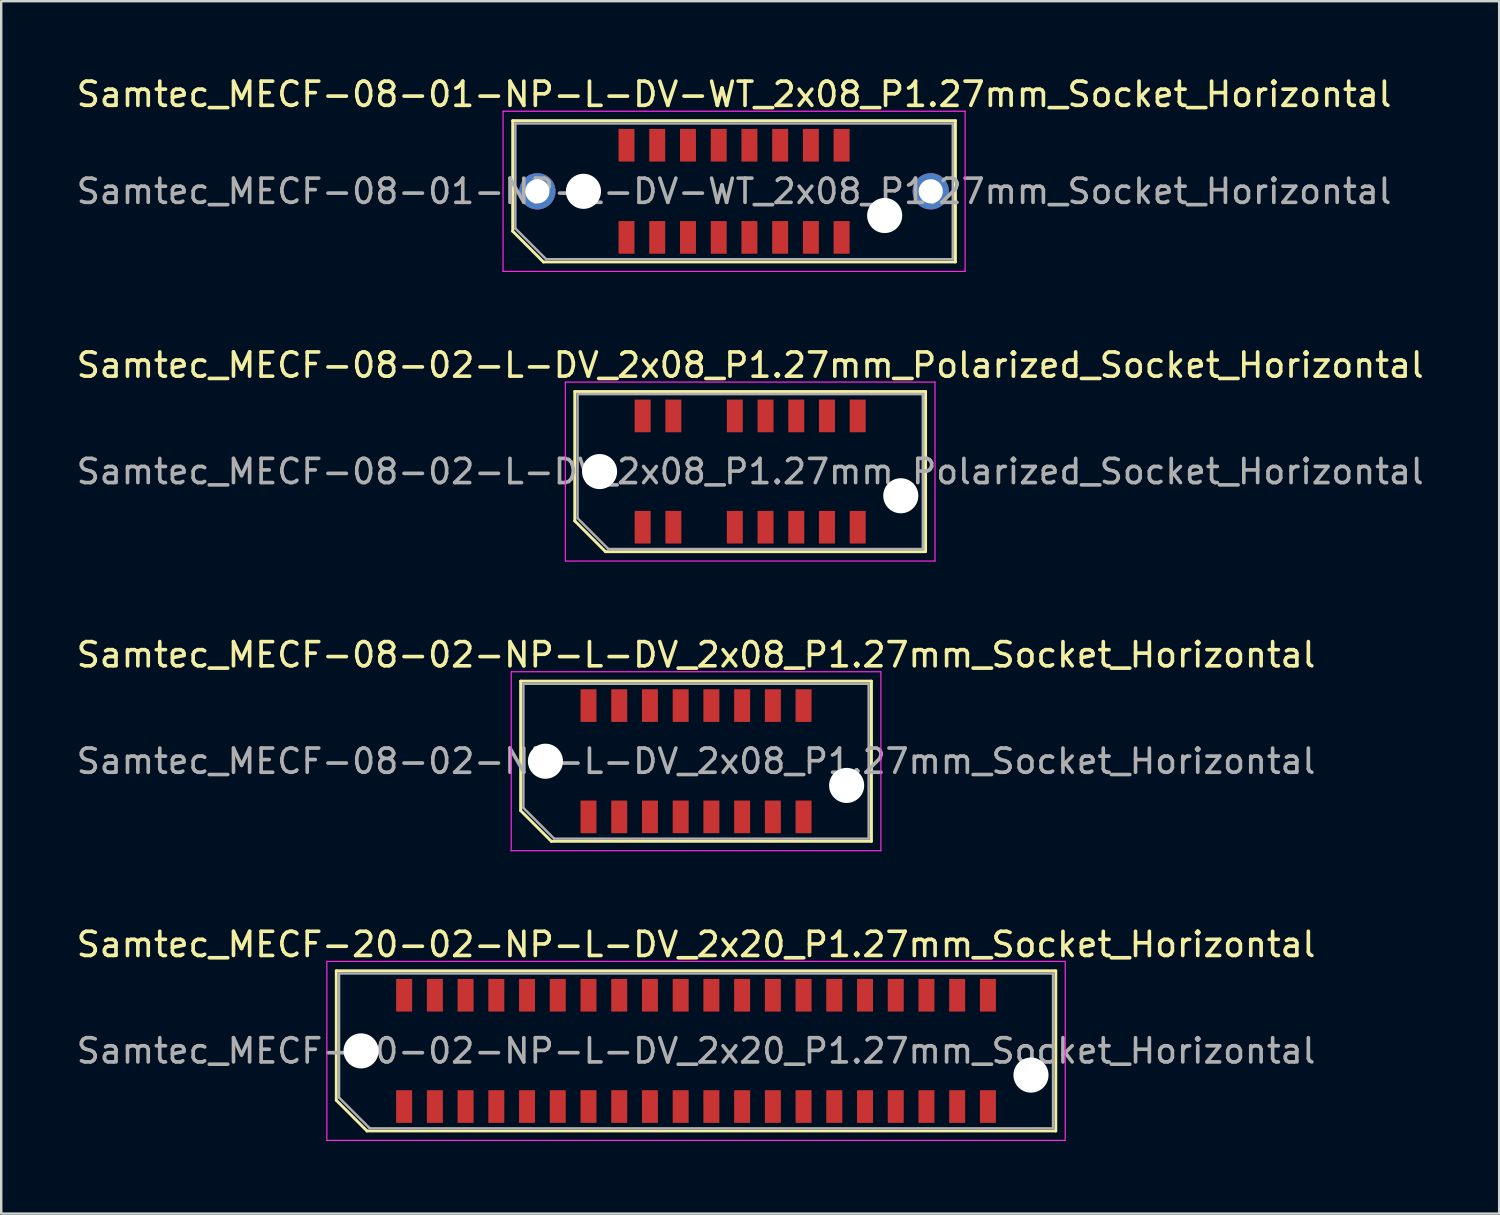
<source format=kicad_pcb>
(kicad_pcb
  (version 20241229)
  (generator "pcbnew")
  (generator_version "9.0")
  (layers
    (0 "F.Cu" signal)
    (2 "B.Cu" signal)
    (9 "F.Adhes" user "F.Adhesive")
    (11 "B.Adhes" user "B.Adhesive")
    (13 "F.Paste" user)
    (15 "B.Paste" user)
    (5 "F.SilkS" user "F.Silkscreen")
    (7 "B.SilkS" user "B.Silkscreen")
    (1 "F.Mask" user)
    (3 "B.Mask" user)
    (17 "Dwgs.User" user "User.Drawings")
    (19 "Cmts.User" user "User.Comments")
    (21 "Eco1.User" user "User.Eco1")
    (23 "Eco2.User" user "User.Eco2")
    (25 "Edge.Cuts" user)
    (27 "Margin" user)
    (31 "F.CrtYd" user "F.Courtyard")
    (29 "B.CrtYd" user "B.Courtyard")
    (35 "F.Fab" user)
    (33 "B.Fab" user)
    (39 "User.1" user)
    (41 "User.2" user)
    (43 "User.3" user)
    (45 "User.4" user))
  (footprint "Samtec_MECF-08-02-NP-L-DV_2x08_P1.27mm_Socket_Horizontal"
    (layer "F.Cu")
    (at 25.72 28.415)
    (property "Reference" "Samtec_MECF-08-02-NP-L-DV_2x08_P1.27mm_Socket_Horizontal" (at 0 -4.4 0) (layer "F.SilkS") (effects (font (size 1 1) (thickness 0.15))))
    (attr smd)
    (fp_line (start -7.25 -3.31) (end 7.25 -3.31) (stroke (width 0.12) (type solid)) (layer "F.SilkS"))
    (fp_line (start -7.25 2.04) (end -7.25 -3.31) (stroke (width 0.12) (type solid)) (layer "F.SilkS"))
    (fp_line (start -5.98 3.31) (end -7.25 2.04) (stroke (width 0.12) (type solid)) (layer "F.SilkS"))
    (fp_line (start -5.98 3.31) (end 7.25 3.31) (stroke (width 0.12) (type solid)) (layer "F.SilkS"))
    (fp_line (start 7.25 3.31) (end 7.25 -3.31) (stroke (width 0.12) (type solid)) (layer "F.SilkS"))
    (fp_line (start -7.64 -3.7) (end -7.64 3.7) (stroke (width 0.05) (type solid)) (layer "F.CrtYd"))
    (fp_line (start -7.64 3.7) (end 7.64 3.7) (stroke (width 0.05) (type solid)) (layer "F.CrtYd"))
    (fp_line (start 7.64 -3.7) (end -7.64 -3.7) (stroke (width 0.05) (type solid)) (layer "F.CrtYd"))
    (fp_line (start 7.64 3.7) (end 7.64 -3.7) (stroke (width 0.05) (type solid)) (layer "F.CrtYd"))
    (fp_line (start -7.135 -3.2) (end 7.135 -3.2) (stroke (width 0.1) (type solid)) (layer "F.Fab"))
    (fp_line (start -7.135 1.93) (end -7.135 -3.2) (stroke (width 0.1) (type solid)) (layer "F.Fab"))
    (fp_line (start -7.135 1.93) (end -5.865 3.2) (stroke (width 0.1) (type solid)) (layer "F.Fab"))
    (fp_line (start -5.865 3.2) (end 7.135 3.2) (stroke (width 0.1) (type solid)) (layer "F.Fab"))
    (fp_line (start 7.135 3.2) (end 7.135 -3.2) (stroke (width 0.1) (type solid)) (layer "F.Fab"))
    (fp_text user "${REFERENCE}" (at 0 0 0) (layer "F.Fab") (effects (font (size 1 1) (thickness 0.15))))
    (pad "" np_thru_hole circle (at -6.225 0) (size 1.45 1.45) (drill 1.45) (layers "*.Cu" "*.Mask"))
    (pad "" np_thru_hole circle (at 6.225 1) (size 1.45 1.45) (drill 1.45) (layers "*.Cu" "*.Mask"))
    (pad "1" smd rect (at -4.445 2.3) (size 0.66 1.35) (layers "F.Cu" "F.Mask" "F.Paste"))
    (pad "2" smd rect (at -4.445 -2.3) (size 0.66 1.35) (layers "F.Cu" "F.Mask" "F.Paste"))
    (pad "3" smd rect (at -3.175 2.3) (size 0.66 1.35) (layers "F.Cu" "F.Mask" "F.Paste"))
    (pad "4" smd rect (at -3.175 -2.3) (size 0.66 1.35) (layers "F.Cu" "F.Mask" "F.Paste"))
    (pad "5" smd rect (at -1.905 2.3) (size 0.66 1.35) (layers "F.Cu" "F.Mask" "F.Paste"))
    (pad "6" smd rect (at -1.905 -2.3) (size 0.66 1.35) (layers "F.Cu" "F.Mask" "F.Paste"))
    (pad "7" smd rect (at -0.635 2.3) (size 0.66 1.35) (layers "F.Cu" "F.Mask" "F.Paste"))
    (pad "8" smd rect (at -0.635 -2.3) (size 0.66 1.35) (layers "F.Cu" "F.Mask" "F.Paste"))
    (pad "9" smd rect (at 0.635 2.3) (size 0.66 1.35) (layers "F.Cu" "F.Mask" "F.Paste"))
    (pad "10" smd rect (at 0.635 -2.3) (size 0.66 1.35) (layers "F.Cu" "F.Mask" "F.Paste"))
    (pad "11" smd rect (at 1.905 2.3) (size 0.66 1.35) (layers "F.Cu" "F.Mask" "F.Paste"))
    (pad "12" smd rect (at 1.905 -2.3) (size 0.66 1.35) (layers "F.Cu" "F.Mask" "F.Paste"))
    (pad "13" smd rect (at 3.175 2.3) (size 0.66 1.35) (layers "F.Cu" "F.Mask" "F.Paste"))
    (pad "14" smd rect (at 3.175 -2.3) (size 0.66 1.35) (layers "F.Cu" "F.Mask" "F.Paste"))
    (pad "15" smd rect (at 4.445 2.3) (size 0.66 1.35) (layers "F.Cu" "F.Mask" "F.Paste"))
    (pad "16" smd rect (at 4.445 -2.3) (size 0.66 1.35) (layers "F.Cu" "F.Mask" "F.Paste")))
  (footprint "Samtec_MECF-20-02-NP-L-DV_2x20_P1.27mm_Socket_Horizontal"
    (layer "F.Cu")
    (at 25.72 40.388)
    (property "Reference" "Samtec_MECF-20-02-NP-L-DV_2x20_P1.27mm_Socket_Horizontal" (at 0 -4.4 0) (layer "F.SilkS") (effects (font (size 1 1) (thickness 0.15))))
    (attr smd)
    (fp_line (start -14.87 -3.31) (end 14.87 -3.31) (stroke (width 0.12) (type solid)) (layer "F.SilkS"))
    (fp_line (start -14.87 2.04) (end -14.87 -3.31) (stroke (width 0.12) (type solid)) (layer "F.SilkS"))
    (fp_line (start -13.6 3.31) (end -14.87 2.04) (stroke (width 0.12) (type solid)) (layer "F.SilkS"))
    (fp_line (start -13.6 3.31) (end 14.87 3.31) (stroke (width 0.12) (type solid)) (layer "F.SilkS"))
    (fp_line (start 14.87 3.31) (end 14.87 -3.31) (stroke (width 0.12) (type solid)) (layer "F.SilkS"))
    (fp_line (start -15.26 -3.7) (end -15.26 3.7) (stroke (width 0.05) (type solid)) (layer "F.CrtYd"))
    (fp_line (start -15.26 3.7) (end 15.26 3.7) (stroke (width 0.05) (type solid)) (layer "F.CrtYd"))
    (fp_line (start 15.26 -3.7) (end -15.26 -3.7) (stroke (width 0.05) (type solid)) (layer "F.CrtYd"))
    (fp_line (start 15.26 3.7) (end 15.26 -3.7) (stroke (width 0.05) (type solid)) (layer "F.CrtYd"))
    (fp_line (start -14.755 -3.2) (end 14.755 -3.2) (stroke (width 0.1) (type solid)) (layer "F.Fab"))
    (fp_line (start -14.755 1.93) (end -14.755 -3.2) (stroke (width 0.1) (type solid)) (layer "F.Fab"))
    (fp_line (start -14.755 1.93) (end -13.485 3.2) (stroke (width 0.1) (type solid)) (layer "F.Fab"))
    (fp_line (start -13.485 3.2) (end 14.755 3.2) (stroke (width 0.1) (type solid)) (layer "F.Fab"))
    (fp_line (start 14.755 3.2) (end 14.755 -3.2) (stroke (width 0.1) (type solid)) (layer "F.Fab"))
    (fp_text user "${REFERENCE}" (at 0 0 0) (layer "F.Fab") (effects (font (size 1 1) (thickness 0.15))))
    (pad "" np_thru_hole circle (at -13.845 0) (size 1.45 1.45) (drill 1.45) (layers "*.Cu" "*.Mask"))
    (pad "" np_thru_hole circle (at 13.845 1) (size 1.45 1.45) (drill 1.45) (layers "*.Cu" "*.Mask"))
    (pad "1" smd rect (at -12.065 2.3) (size 0.66 1.35) (layers "F.Cu" "F.Mask" "F.Paste"))
    (pad "2" smd rect (at -12.065 -2.3) (size 0.66 1.35) (layers "F.Cu" "F.Mask" "F.Paste"))
    (pad "3" smd rect (at -10.795 2.3) (size 0.66 1.35) (layers "F.Cu" "F.Mask" "F.Paste"))
    (pad "4" smd rect (at -10.795 -2.3) (size 0.66 1.35) (layers "F.Cu" "F.Mask" "F.Paste"))
    (pad "5" smd rect (at -9.525 2.3) (size 0.66 1.35) (layers "F.Cu" "F.Mask" "F.Paste"))
    (pad "6" smd rect (at -9.525 -2.3) (size 0.66 1.35) (layers "F.Cu" "F.Mask" "F.Paste"))
    (pad "7" smd rect (at -8.255 2.3) (size 0.66 1.35) (layers "F.Cu" "F.Mask" "F.Paste"))
    (pad "8" smd rect (at -8.255 -2.3) (size 0.66 1.35) (layers "F.Cu" "F.Mask" "F.Paste"))
    (pad "9" smd rect (at -6.985 2.3) (size 0.66 1.35) (layers "F.Cu" "F.Mask" "F.Paste"))
    (pad "10" smd rect (at -6.985 -2.3) (size 0.66 1.35) (layers "F.Cu" "F.Mask" "F.Paste"))
    (pad "11" smd rect (at -5.715 2.3) (size 0.66 1.35) (layers "F.Cu" "F.Mask" "F.Paste"))
    (pad "12" smd rect (at -5.715 -2.3) (size 0.66 1.35) (layers "F.Cu" "F.Mask" "F.Paste"))
    (pad "13" smd rect (at -4.445 2.3) (size 0.66 1.35) (layers "F.Cu" "F.Mask" "F.Paste"))
    (pad "14" smd rect (at -4.445 -2.3) (size 0.66 1.35) (layers "F.Cu" "F.Mask" "F.Paste"))
    (pad "15" smd rect (at -3.175 2.3) (size 0.66 1.35) (layers "F.Cu" "F.Mask" "F.Paste"))
    (pad "16" smd rect (at -3.175 -2.3) (size 0.66 1.35) (layers "F.Cu" "F.Mask" "F.Paste"))
    (pad "17" smd rect (at -1.905 2.3) (size 0.66 1.35) (layers "F.Cu" "F.Mask" "F.Paste"))
    (pad "18" smd rect (at -1.905 -2.3) (size 0.66 1.35) (layers "F.Cu" "F.Mask" "F.Paste"))
    (pad "19" smd rect (at -0.635 2.3) (size 0.66 1.35) (layers "F.Cu" "F.Mask" "F.Paste"))
    (pad "20" smd rect (at -0.635 -2.3) (size 0.66 1.35) (layers "F.Cu" "F.Mask" "F.Paste"))
    (pad "21" smd rect (at 0.635 2.3) (size 0.66 1.35) (layers "F.Cu" "F.Mask" "F.Paste"))
    (pad "22" smd rect (at 0.635 -2.3) (size 0.66 1.35) (layers "F.Cu" "F.Mask" "F.Paste"))
    (pad "23" smd rect (at 1.905 2.3) (size 0.66 1.35) (layers "F.Cu" "F.Mask" "F.Paste"))
    (pad "24" smd rect (at 1.905 -2.3) (size 0.66 1.35) (layers "F.Cu" "F.Mask" "F.Paste"))
    (pad "25" smd rect (at 3.175 2.3) (size 0.66 1.35) (layers "F.Cu" "F.Mask" "F.Paste"))
    (pad "26" smd rect (at 3.175 -2.3) (size 0.66 1.35) (layers "F.Cu" "F.Mask" "F.Paste"))
    (pad "27" smd rect (at 4.445 2.3) (size 0.66 1.35) (layers "F.Cu" "F.Mask" "F.Paste"))
    (pad "28" smd rect (at 4.445 -2.3) (size 0.66 1.35) (layers "F.Cu" "F.Mask" "F.Paste"))
    (pad "29" smd rect (at 5.715 2.3) (size 0.66 1.35) (layers "F.Cu" "F.Mask" "F.Paste"))
    (pad "30" smd rect (at 5.715 -2.3) (size 0.66 1.35) (layers "F.Cu" "F.Mask" "F.Paste"))
    (pad "31" smd rect (at 6.985 2.3) (size 0.66 1.35) (layers "F.Cu" "F.Mask" "F.Paste"))
    (pad "32" smd rect (at 6.985 -2.3) (size 0.66 1.35) (layers "F.Cu" "F.Mask" "F.Paste"))
    (pad "33" smd rect (at 8.255 2.3) (size 0.66 1.35) (layers "F.Cu" "F.Mask" "F.Paste"))
    (pad "34" smd rect (at 8.255 -2.3) (size 0.66 1.35) (layers "F.Cu" "F.Mask" "F.Paste"))
    (pad "35" smd rect (at 9.525 2.3) (size 0.66 1.35) (layers "F.Cu" "F.Mask" "F.Paste"))
    (pad "36" smd rect (at 9.525 -2.3) (size 0.66 1.35) (layers "F.Cu" "F.Mask" "F.Paste"))
    (pad "37" smd rect (at 10.795 2.3) (size 0.66 1.35) (layers "F.Cu" "F.Mask" "F.Paste"))
    (pad "38" smd rect (at 10.795 -2.3) (size 0.66 1.35) (layers "F.Cu" "F.Mask" "F.Paste"))
    (pad "39" smd rect (at 12.065 2.3) (size 0.66 1.35) (layers "F.Cu" "F.Mask" "F.Paste"))
    (pad "40" smd rect (at 12.065 -2.3) (size 0.66 1.35) (layers "F.Cu" "F.Mask" "F.Paste")))
  (footprint "Samtec_MECF-08-02-L-DV_2x08_P1.27mm_Polarized_Socket_Horizontal"
    (layer "F.Cu")
    (at 27.958 16.442)
    (property "Reference" "Samtec_MECF-08-02-L-DV_2x08_P1.27mm_Polarized_Socket_Horizontal" (at 0 -4.4 0) (layer "F.SilkS") (effects (font (size 1 1) (thickness 0.15))))
    (attr smd)
    (fp_line (start -7.25 -3.31) (end 7.25 -3.31) (stroke (width 0.12) (type solid)) (layer "F.SilkS"))
    (fp_line (start -7.25 2.04) (end -7.25 -3.31) (stroke (width 0.12) (type solid)) (layer "F.SilkS"))
    (fp_line (start -5.98 3.31) (end -7.25 2.04) (stroke (width 0.12) (type solid)) (layer "F.SilkS"))
    (fp_line (start -5.98 3.31) (end 7.25 3.31) (stroke (width 0.12) (type solid)) (layer "F.SilkS"))
    (fp_line (start 7.25 3.31) (end 7.25 -3.31) (stroke (width 0.12) (type solid)) (layer "F.SilkS"))
    (fp_line (start -7.64 -3.7) (end -7.64 3.7) (stroke (width 0.05) (type solid)) (layer "F.CrtYd"))
    (fp_line (start -7.64 3.7) (end 7.64 3.7) (stroke (width 0.05) (type solid)) (layer "F.CrtYd"))
    (fp_line (start 7.64 -3.7) (end -7.64 -3.7) (stroke (width 0.05) (type solid)) (layer "F.CrtYd"))
    (fp_line (start 7.64 3.7) (end 7.64 -3.7) (stroke (width 0.05) (type solid)) (layer "F.CrtYd"))
    (fp_line (start -7.135 -3.2) (end 7.135 -3.2) (stroke (width 0.1) (type solid)) (layer "F.Fab"))
    (fp_line (start -7.135 1.93) (end -7.135 -3.2) (stroke (width 0.1) (type solid)) (layer "F.Fab"))
    (fp_line (start -7.135 1.93) (end -5.865 3.2) (stroke (width 0.1) (type solid)) (layer "F.Fab"))
    (fp_line (start -5.865 3.2) (end 7.135 3.2) (stroke (width 0.1) (type solid)) (layer "F.Fab"))
    (fp_line (start 7.135 3.2) (end 7.135 -3.2) (stroke (width 0.1) (type solid)) (layer "F.Fab"))
    (fp_text user "${REFERENCE}" (at 0 0 0) (layer "F.Fab") (effects (font (size 1 1) (thickness 0.15))))
    (pad "" np_thru_hole circle (at -6.225 0) (size 1.45 1.45) (drill 1.45) (layers "*.Cu" "*.Mask"))
    (pad "" np_thru_hole circle (at 6.225 1) (size 1.45 1.45) (drill 1.45) (layers "*.Cu" "*.Mask"))
    (pad "1" smd rect (at -4.445 2.3) (size 0.66 1.35) (layers "F.Cu" "F.Mask" "F.Paste"))
    (pad "2" smd rect (at -4.445 -2.3) (size 0.66 1.35) (layers "F.Cu" "F.Mask" "F.Paste"))
    (pad "3" smd rect (at -3.175 2.3) (size 0.66 1.35) (layers "F.Cu" "F.Mask" "F.Paste"))
    (pad "4" smd rect (at -3.175 -2.3) (size 0.66 1.35) (layers "F.Cu" "F.Mask" "F.Paste"))
    (pad "7" smd rect (at -0.635 2.3) (size 0.66 1.35) (layers "F.Cu" "F.Mask" "F.Paste"))
    (pad "8" smd rect (at -0.635 -2.3) (size 0.66 1.35) (layers "F.Cu" "F.Mask" "F.Paste"))
    (pad "9" smd rect (at 0.635 2.3) (size 0.66 1.35) (layers "F.Cu" "F.Mask" "F.Paste"))
    (pad "10" smd rect (at 0.635 -2.3) (size 0.66 1.35) (layers "F.Cu" "F.Mask" "F.Paste"))
    (pad "11" smd rect (at 1.905 2.3) (size 0.66 1.35) (layers "F.Cu" "F.Mask" "F.Paste"))
    (pad "12" smd rect (at 1.905 -2.3) (size 0.66 1.35) (layers "F.Cu" "F.Mask" "F.Paste"))
    (pad "13" smd rect (at 3.175 2.3) (size 0.66 1.35) (layers "F.Cu" "F.Mask" "F.Paste"))
    (pad "14" smd rect (at 3.175 -2.3) (size 0.66 1.35) (layers "F.Cu" "F.Mask" "F.Paste"))
    (pad "15" smd rect (at 4.445 2.3) (size 0.66 1.35) (layers "F.Cu" "F.Mask" "F.Paste"))
    (pad "16" smd rect (at 4.445 -2.3) (size 0.66 1.35) (layers "F.Cu" "F.Mask" "F.Paste")))
  (footprint "Samtec_MECF-08-01-NP-L-DV-WT_2x08_P1.27mm_Socket_Horizontal"
    (layer "F.Cu")
    (at 27.292 4.858)
    (property "Reference" "Samtec_MECF-08-01-NP-L-DV-WT_2x08_P1.27mm_Socket_Horizontal" (at 0 -4.01 0) (layer "F.SilkS") (effects (font (size 1 1) (thickness 0.15))))
    (attr smd)
    (fp_line (start -9.15 -2.92) (end 9.15 -2.92) (stroke (width 0.12) (type solid)) (layer "F.SilkS"))
    (fp_line (start -9.15 1.65) (end -9.15 -2.92) (stroke (width 0.12) (type solid)) (layer "F.SilkS"))
    (fp_line (start -7.88 2.92) (end -9.15 1.65) (stroke (width 0.12) (type solid)) (layer "F.SilkS"))
    (fp_line (start -7.88 2.92) (end 9.15 2.92) (stroke (width 0.12) (type solid)) (layer "F.SilkS"))
    (fp_line (start 9.15 2.92) (end 9.15 -2.92) (stroke (width 0.12) (type solid)) (layer "F.SilkS"))
    (fp_line (start -9.55 -3.31) (end -9.55 3.31) (stroke (width 0.05) (type solid)) (layer "F.CrtYd"))
    (fp_line (start -9.55 3.31) (end 9.55 3.31) (stroke (width 0.05) (type solid)) (layer "F.CrtYd"))
    (fp_line (start 9.55 -3.31) (end -9.55 -3.31) (stroke (width 0.05) (type solid)) (layer "F.CrtYd"))
    (fp_line (start 9.55 3.31) (end 9.55 -3.31) (stroke (width 0.05) (type solid)) (layer "F.CrtYd"))
    (fp_line (start -9.04 -2.805) (end 9.04 -2.805) (stroke (width 0.1) (type solid)) (layer "F.Fab"))
    (fp_line (start -9.04 1.535) (end -9.04 -2.805) (stroke (width 0.1) (type solid)) (layer "F.Fab"))
    (fp_line (start -9.04 1.535) (end -7.77 2.805) (stroke (width 0.1) (type solid)) (layer "F.Fab"))
    (fp_line (start -7.77 2.805) (end 9.04 2.805) (stroke (width 0.1) (type solid)) (layer "F.Fab"))
    (fp_line (start 9.04 2.805) (end 9.04 -2.805) (stroke (width 0.1) (type solid)) (layer "F.Fab"))
    (fp_text user "${REFERENCE}" (at 0 0 0) (layer "F.Fab") (effects (font (size 1 1) (thickness 0.15))))
    (pad "" thru_hole circle (at -8.13 0) (size 1.5 1.5) (drill 1) (layers "*.Cu" "*.Mask"))
    (pad "" np_thru_hole circle (at -6.225 0) (size 1.45 1.45) (drill 1.45) (layers "*.Cu" "*.Mask"))
    (pad "" np_thru_hole circle (at 6.225 1) (size 1.45 1.45) (drill 1.45) (layers "*.Cu" "*.Mask"))
    (pad "" thru_hole circle (at 8.13 0) (size 1.5 1.5) (drill 1) (layers "*.Cu" "*.Mask"))
    (pad "1" smd rect (at -4.445 1.905) (size 0.66 1.35) (layers "F.Cu" "F.Mask" "F.Paste"))
    (pad "2" smd rect (at -4.445 -1.905) (size 0.66 1.35) (layers "F.Cu" "F.Mask" "F.Paste"))
    (pad "3" smd rect (at -3.175 1.905) (size 0.66 1.35) (layers "F.Cu" "F.Mask" "F.Paste"))
    (pad "4" smd rect (at -3.175 -1.905) (size 0.66 1.35) (layers "F.Cu" "F.Mask" "F.Paste"))
    (pad "5" smd rect (at -1.905 1.905) (size 0.66 1.35) (layers "F.Cu" "F.Mask" "F.Paste"))
    (pad "6" smd rect (at -1.905 -1.905) (size 0.66 1.35) (layers "F.Cu" "F.Mask" "F.Paste"))
    (pad "7" smd rect (at -0.635 1.905) (size 0.66 1.35) (layers "F.Cu" "F.Mask" "F.Paste"))
    (pad "8" smd rect (at -0.635 -1.905) (size 0.66 1.35) (layers "F.Cu" "F.Mask" "F.Paste"))
    (pad "9" smd rect (at 0.635 1.905) (size 0.66 1.35) (layers "F.Cu" "F.Mask" "F.Paste"))
    (pad "10" smd rect (at 0.635 -1.905) (size 0.66 1.35) (layers "F.Cu" "F.Mask" "F.Paste"))
    (pad "11" smd rect (at 1.905 1.905) (size 0.66 1.35) (layers "F.Cu" "F.Mask" "F.Paste"))
    (pad "12" smd rect (at 1.905 -1.905) (size 0.66 1.35) (layers "F.Cu" "F.Mask" "F.Paste"))
    (pad "13" smd rect (at 3.175 1.905) (size 0.66 1.35) (layers "F.Cu" "F.Mask" "F.Paste"))
    (pad "14" smd rect (at 3.175 -1.905) (size 0.66 1.35) (layers "F.Cu" "F.Mask" "F.Paste"))
    (pad "15" smd rect (at 4.445 1.905) (size 0.66 1.35) (layers "F.Cu" "F.Mask" "F.Paste"))
    (pad "16" smd rect (at 4.445 -1.905) (size 0.66 1.35) (layers "F.Cu" "F.Mask" "F.Paste")))
  (gr_rect
    (start -3 -3)
    (end 58.917 47.113)
    (stroke (width 0.1) (type default))
    (fill no)
    (layer "Edge.Cuts")))
</source>
